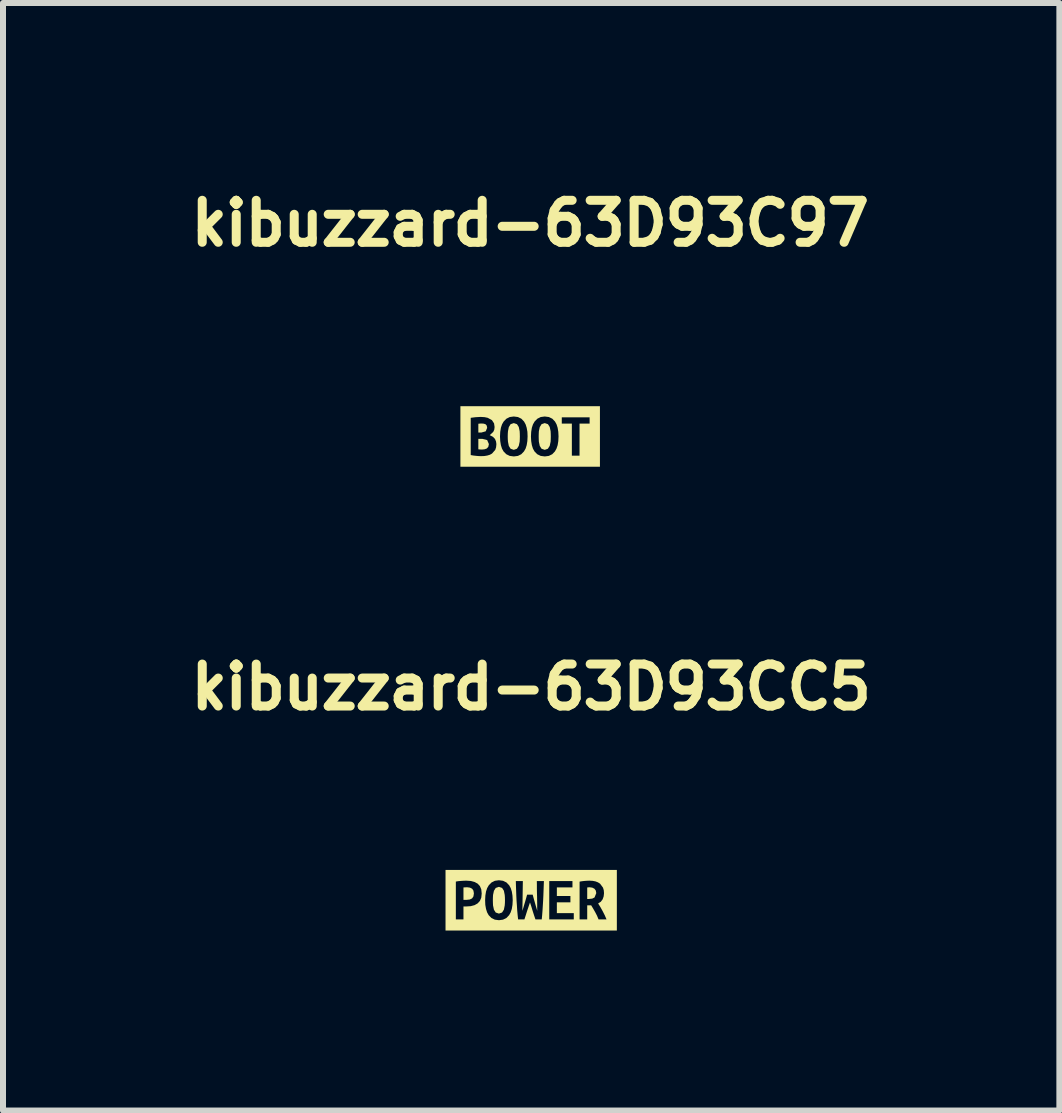
<source format=kicad_pcb>
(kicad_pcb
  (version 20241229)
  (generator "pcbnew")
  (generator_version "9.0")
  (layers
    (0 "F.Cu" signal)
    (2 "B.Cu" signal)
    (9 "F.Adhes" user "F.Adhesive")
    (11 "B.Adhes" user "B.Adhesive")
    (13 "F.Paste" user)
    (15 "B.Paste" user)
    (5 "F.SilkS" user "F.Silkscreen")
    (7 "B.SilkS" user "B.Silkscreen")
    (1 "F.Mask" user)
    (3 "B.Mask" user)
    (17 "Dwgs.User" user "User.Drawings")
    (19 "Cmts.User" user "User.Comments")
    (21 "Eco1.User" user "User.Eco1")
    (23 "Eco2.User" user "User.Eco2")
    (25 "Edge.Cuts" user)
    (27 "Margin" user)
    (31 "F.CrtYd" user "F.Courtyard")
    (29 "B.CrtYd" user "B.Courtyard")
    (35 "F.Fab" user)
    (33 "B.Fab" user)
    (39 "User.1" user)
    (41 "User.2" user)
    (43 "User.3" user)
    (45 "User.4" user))
  (footprint "kibuzzard-63D93C97"
    (layer "F.Cu")
    (at 5.788 4.226)
    (property "Reference" "kibuzzard-63D93C97" (at 0 -3.553 0) (layer "F.SilkS") (effects (font (size 0.7 0.7) (thickness 0.15))))
    (attr board_only exclude_from_pos_files exclude_from_bom)
    (fp_poly (pts (xy -0.864 0.04) (xy -0.864 0.214) (xy -0.835 0.217) (xy -0.803 0.218) (xy -0.761 0.214) (xy -0.724 0.201) (xy -0.698 0.173) (xy -0.688 0.127) (xy -0.717 0.06) (xy -0.796 0.04) (xy -0.864 0.04)) (stroke (width 0) (type solid)) (fill yes) (layer "F.SilkS"))
    (fp_poly (pts (xy -0.815 -0.065) (xy -0.741 -0.086) (xy -0.717 -0.144) (xy -0.724 -0.181) (xy -0.743 -0.203) (xy -0.772 -0.213) (xy -0.806 -0.216) (xy -0.836 -0.215) (xy -0.864 -0.212) (xy -0.864 -0.065) (xy -0.815 -0.065)) (stroke (width 0) (type solid)) (fill yes) (layer "F.SilkS"))
    (fp_poly (pts (xy -0.374 0) (xy -0.373 0.045) (xy -0.37 0.087) (xy -0.356 0.158) (xy -0.326 0.205) (xy -0.273 0.223) (xy -0.221 0.205) (xy -0.19 0.157) (xy -0.175 0.087) (xy -0.173 0.045) (xy -0.172 0) (xy -0.173 -0.045) (xy -0.175 -0.087) (xy -0.19 -0.158) (xy -0.22 -0.205) (xy -0.273 -0.223) (xy -0.326 -0.205) (xy -0.356 -0.157) (xy -0.37 -0.087) (xy -0.373 -0.045) (xy -0.374 0)) (stroke (width 0) (type solid)) (fill yes) (layer "F.SilkS"))
    (fp_poly (pts (xy 0.142 0) (xy 0.143 0.045) (xy 0.145 0.087) (xy 0.16 0.158) (xy 0.19 0.205) (xy 0.243 0.223) (xy 0.295 0.205) (xy 0.326 0.157) (xy 0.341 0.087) (xy 0.343 0.045) (xy 0.344 0) (xy 0.343 -0.045) (xy 0.341 -0.087) (xy 0.326 -0.158) (xy 0.296 -0.205) (xy 0.243 -0.223) (xy 0.19 -0.205) (xy 0.16 -0.157) (xy 0.145 -0.087) (xy 0.143 -0.045) (xy 0.142 0)) (stroke (width 0) (type solid)) (fill yes) (layer "F.SilkS"))
    (fp_poly (pts (xy -0.991 -0.505) (xy -1.163 -0.505) (xy -1.163 0.505) (xy -0.991 0.505) (xy -0.814 0.505) (xy -0.814 0.328) (xy -0.857 0.327) (xy -0.901 0.323) (xy -0.946 0.318) (xy -0.991 0.31) (xy -0.991 -0.311) (xy -0.912 -0.321) (xy -0.826 -0.326) (xy -0.76 -0.322) (xy -0.708 -0.311) (xy -0.637 -0.272) (xy -0.602 -0.218) (xy -0.593 -0.158) (xy -0.598 -0.115) (xy -0.615 -0.077) (xy -0.674 -0.022) (xy -0.62 0.006) (xy -0.586 0.042) (xy -0.569 0.084) (xy -0.563 0.127) (xy -0.568 0.18) (xy -0.582 0.223) (xy -0.636 0.285) (xy -0.672 0.305) (xy -0.715 0.318) (xy -0.763 0.326) (xy -0.814 0.328) (xy -0.814 0.505) (xy -0.272 0.505) (xy -0.272 0.333) (xy -0.341 0.324) (xy -0.398 0.296) (xy -0.444 0.249) (xy -0.47 0.202) (xy -0.488 0.145) (xy -0.499 0.077) (xy -0.503 0) (xy -0.499 -0.077) (xy -0.488 -0.145) (xy -0.469 -0.202) (xy -0.442 -0.249) (xy -0.396 -0.296) (xy -0.34 -0.324) (xy -0.273 -0.333) (xy -0.204 -0.324) (xy -0.147 -0.296) (xy -0.102 -0.249) (xy -0.076 -0.202) (xy -0.058 -0.145) (xy -0.046 -0.077) (xy -0.043 0) (xy -0.047 0.077) (xy -0.058 0.145) (xy -0.076 0.202) (xy -0.103 0.249) (xy -0.148 0.296) (xy -0.204 0.324) (xy -0.272 0.333) (xy -0.272 0.505) (xy 0.244 0.505) (xy 0.244 0.333) (xy 0.175 0.324) (xy 0.118 0.296) (xy 0.072 0.249) (xy 0.046 0.202) (xy 0.028 0.145) (xy 0.017 0.077) (xy 0.013 0) (xy 0.017 -0.077) (xy 0.028 -0.145) (xy 0.047 -0.202) (xy 0.074 -0.249) (xy 0.12 -0.296) (xy 0.176 -0.324) (xy 0.243 -0.333) (xy 0.312 -0.324) (xy 0.369 -0.296) (xy 0.414 -0.249) (xy 0.44 -0.202) (xy 0.458 -0.145) (xy 0.469 -0.077) (xy 0.473 0) (xy 0.469 0.077) (xy 0.458 0.145) (xy 0.439 0.202) (xy 0.413 0.249) (xy 0.368 0.296) (xy 0.311 0.324) (xy 0.244 0.333) (xy 0.244 0.505) (xy 0.823 0.505) (xy 0.823 0.32) (xy 0.695 0.32) (xy 0.695 -0.214) (xy 0.527 -0.214) (xy 0.527 -0.319) (xy 0.991 -0.319) (xy 0.991 -0.214) (xy 0.823 -0.214) (xy 0.823 0.32) (xy 0.823 0.505) (xy 0.991 0.505) (xy 1.163 0.505) (xy 1.163 -0.505) (xy 0.991 -0.505) (xy -0.991 -0.505)) (stroke (width 0) (type solid)) (fill yes) (layer "F.SilkS")))
  (footprint "kibuzzard-63D93CC5"
    (layer "F.Cu")
    (at 5.805 11.957)
    (property "Reference" "kibuzzard-63D93CC5" (at 0 -3.553 0) (layer "F.SilkS") (effects (font (size 0.7 0.7) (thickness 0.15))))
    (attr board_only exclude_from_pos_files exclude_from_bom)
    (fp_poly (pts (xy 1.085 -0.118) (xy 1.077 -0.161) (xy 1.054 -0.192) (xy 1.018 -0.21) (xy 0.973 -0.216) (xy 0.955 -0.215) (xy 0.934 -0.213) (xy 0.934 -0.021) (xy 0.962 -0.021) (xy 1.018 -0.027) (xy 1.056 -0.046) (xy 1.085 -0.118)) (stroke (width 0) (type solid)) (fill yes) (layer "F.SilkS"))
    (fp_poly (pts (xy -1.066 -0.216) (xy -1.098 -0.215) (xy -1.129 -0.213) (xy -1.129 -0.006) (xy -1.078 -0.006) (xy -1.024 -0.012) (xy -0.986 -0.03) (xy -0.963 -0.063) (xy -0.955 -0.114) (xy -0.963 -0.161) (xy -0.985 -0.192) (xy -1.021 -0.21) (xy -1.066 -0.216)) (stroke (width 0) (type solid)) (fill yes) (layer "F.SilkS"))
    (fp_poly (pts (xy -0.639 0) (xy -0.638 0.045) (xy -0.636 0.087) (xy -0.621 0.158) (xy -0.591 0.205) (xy -0.538 0.223) (xy -0.486 0.205) (xy -0.455 0.157) (xy -0.441 0.087) (xy -0.438 0.045) (xy -0.437 0) (xy -0.438 -0.045) (xy -0.441 -0.087) (xy -0.455 -0.158) (xy -0.485 -0.205) (xy -0.538 -0.223) (xy -0.591 -0.205) (xy -0.621 -0.157) (xy -0.636 -0.087) (xy -0.638 -0.045) (xy -0.639 0)) (stroke (width 0) (type solid)) (fill yes) (layer "F.SilkS"))
    (fp_poly (pts (xy -1.256 -0.505) (xy -1.428 -0.505) (xy -1.428 0.505) (xy -1.256 0.505) (xy -1.129 0.505) (xy -1.129 0.32) (xy -1.256 0.32) (xy -1.256 -0.311) (xy -1.215 -0.318) (xy -1.168 -0.322) (xy -1.121 -0.325) (xy -1.081 -0.326) (xy -1.006 -0.321) (xy -0.943 -0.304) (xy -0.892 -0.276) (xy -0.855 -0.236) (xy -0.832 -0.181) (xy -0.825 -0.112) (xy -0.832 -0.043) (xy -0.855 0.012) (xy -0.893 0.053) (xy -0.944 0.082) (xy -1.008 0.099) (xy -1.084 0.104) (xy -1.129 0.104) (xy -1.129 0.32) (xy -1.129 0.505) (xy -0.537 0.505) (xy -0.537 0.333) (xy -0.606 0.324) (xy -0.663 0.296) (xy -0.709 0.249) (xy -0.735 0.202) (xy -0.753 0.145) (xy -0.765 0.077) (xy -0.768 0) (xy -0.764 -0.077) (xy -0.753 -0.145) (xy -0.734 -0.202) (xy -0.707 -0.249) (xy -0.661 -0.296) (xy -0.605 -0.324) (xy -0.538 -0.333) (xy -0.469 -0.324) (xy -0.412 -0.296) (xy -0.367 -0.249) (xy -0.341 -0.202) (xy -0.323 -0.145) (xy -0.312 -0.077) (xy -0.308 0) (xy -0.312 0.077) (xy -0.323 0.145) (xy -0.342 0.202) (xy -0.368 0.249) (xy -0.413 0.296) (xy -0.47 0.324) (xy -0.537 0.333) (xy -0.537 0.505) (xy 0.176 0.505) (xy 0.176 0.32) (xy 0.071 0.32) (xy 0.048 0.252) (xy 0.025 0.18) (xy 0.003 0.107) (xy -0.02 0.037) (xy -0.043 0.105) (xy -0.068 0.179) (xy -0.091 0.252) (xy -0.113 0.32) (xy -0.218 0.32) (xy -0.226 0.246) (xy -0.233 0.169) (xy -0.238 0.088) (xy -0.244 0.007) (xy -0.248 -0.076) (xy -0.251 -0.158) (xy -0.254 -0.24) (xy -0.256 -0.319) (xy -0.139 -0.319) (xy -0.14 -0.257) (xy -0.141 -0.193) (xy -0.142 -0.128) (xy -0.143 -0.063) (xy -0.144 0.000258) (xy -0.145 0.062) (xy -0.146 0.122) (xy -0.146 0.177) (xy -0.125 0.105) (xy -0.102 0.028) (xy -0.082 -0.042) (xy -0.068 -0.093) (xy 0.025 -0.093) (xy 0.038 -0.044) (xy 0.056 0.02) (xy 0.077 0.095) (xy 0.101 0.177) (xy 0.1 0.122) (xy 0.1 0.062) (xy 0.099 0.000387) (xy 0.098 -0.063) (xy 0.096 -0.127) (xy 0.095 -0.192) (xy 0.095 -0.257) (xy 0.094 -0.319) (xy 0.212 -0.319) (xy 0.209 -0.239) (xy 0.206 -0.157) (xy 0.203 -0.075) (xy 0.199 0.008) (xy 0.194 0.089) (xy 0.189 0.169) (xy 0.183 0.247) (xy 0.176 0.32) (xy 0.176 0.505) (xy 0.301 0.505) (xy 0.301 0.32) (xy 0.301 -0.319) (xy 0.688 -0.319) (xy 0.688 -0.214) (xy 0.428 -0.214) (xy 0.428 -0.07) (xy 0.654 -0.07) (xy 0.654 0.035) (xy 0.428 0.035) (xy 0.428 0.215) (xy 0.71 0.215) (xy 0.71 0.32) (xy 0.301 0.32) (xy 0.301 0.505) (xy 1.256 0.505) (xy 1.256 0.32) (xy 1.123 0.32) (xy 1.098 0.259) (xy 1.068 0.201) (xy 1.035 0.143) (xy 1 0.085) (xy 0.934 0.085) (xy 0.934 0.32) (xy 0.807 0.32) (xy 0.807 -0.31) (xy 0.848 -0.317) (xy 0.893 -0.322) (xy 0.936 -0.325) (xy 0.973 -0.326) (xy 1.025 -0.323) (xy 1.072 -0.314) (xy 1.113 -0.298) (xy 1.148 -0.276) (xy 1.197 -0.21) (xy 1.21 -0.167) (xy 1.214 -0.117) (xy 1.208 -0.063) (xy 1.191 -0.015) (xy 1.161 0.025) (xy 1.116 0.054) (xy 1.153 0.113) (xy 1.191 0.181) (xy 1.227 0.252) (xy 1.256 0.32) (xy 1.256 0.505) (xy 1.428 0.505) (xy 1.428 -0.505) (xy 1.256 -0.505) (xy -1.256 -0.505)) (stroke (width 0) (type solid)) (fill yes) (layer "F.SilkS")))
  (gr_rect
    (start -3 -3)
    (end 14.61 15.463)
    (stroke (width 0.1) (type default))
    (fill no)
    (layer "Edge.Cuts")))
</source>
